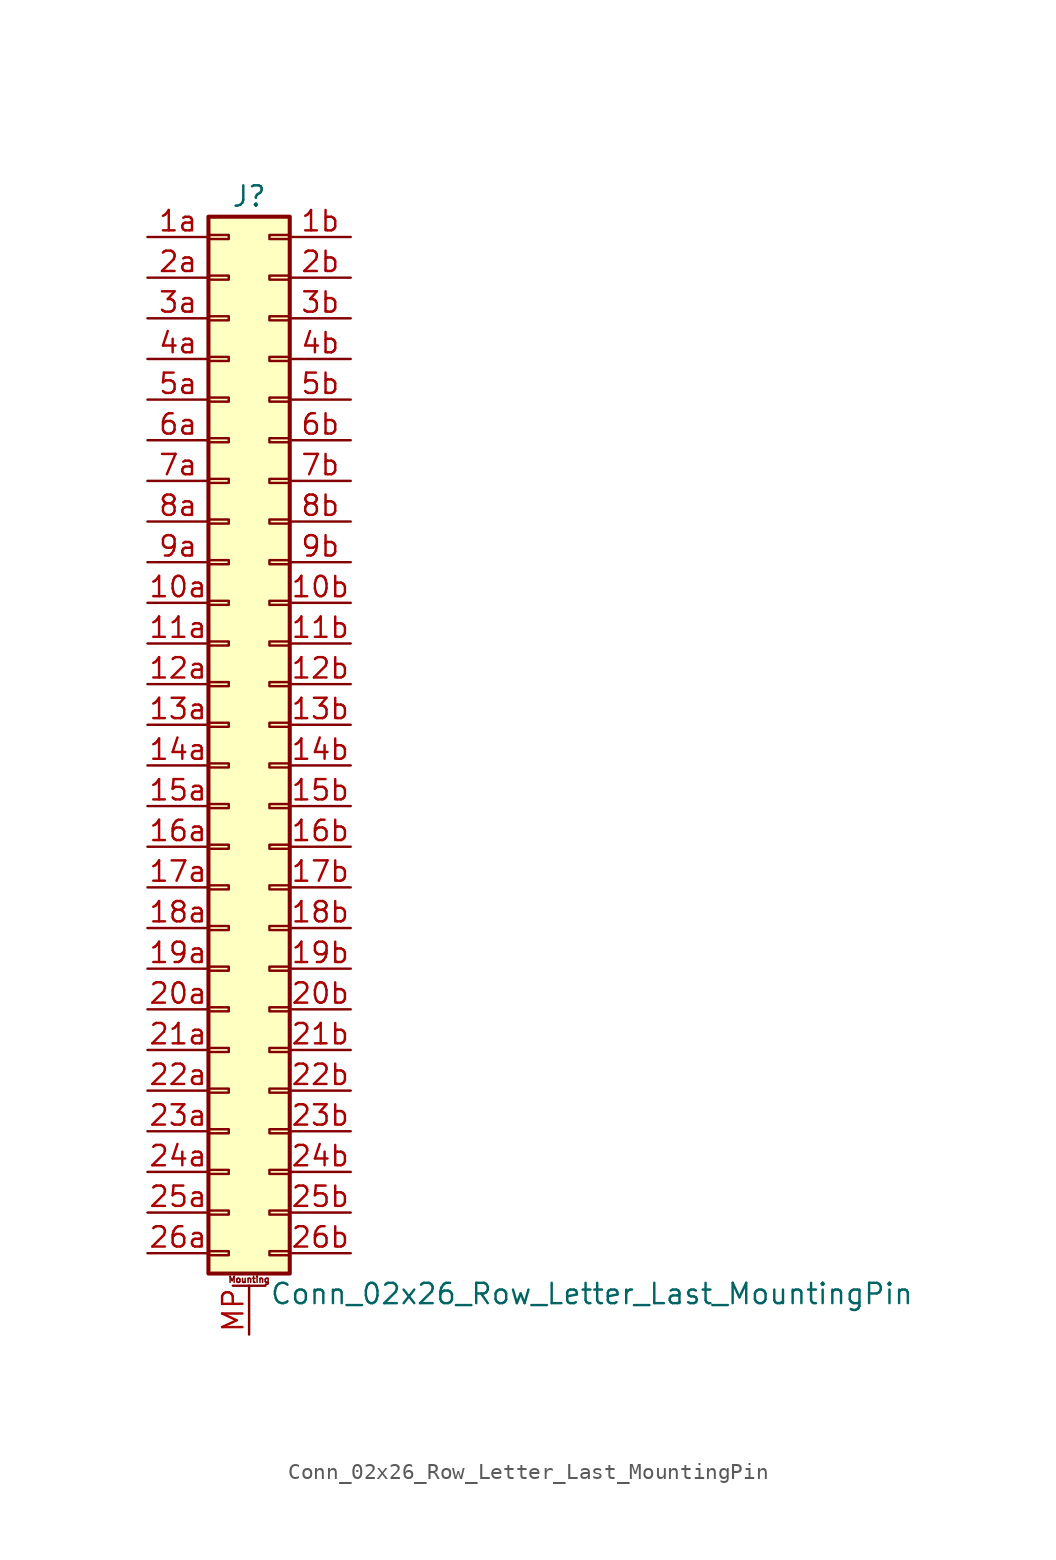
<source format=kicad_sym>
(kicad_symbol_lib
  (version 20201005)
  (generator kicad_symbol_editor)
  (symbol "Connector_Generic_MountingPin:Conn_02x26_Row_Letter_Last_MountingPin"
    (pin_names
      (offset 1.016) hide)
    (property "Reference" "J"
      (at 1.27 33.02 0)
      (effects (font (size 1.27 1.27))))
    (property "Value" "Conn_02x26_Row_Letter_Last_MountingPin"
      (at 2.54 -35.56 0)
      (effects (font (size 1.27 1.27)) (justify left)))
    (symbol "Conn_02x26_Row_Letter_Last_MountingPin_1_1"
      (text "Mounting" (at 1.27 -34.671 0) (effects (font (size 0.381 0.381))))
      (rectangle (start -1.27 -27.813) (end 0 -28.067) (stroke (width 0.152)) (fill (type none)))
      (rectangle (start -1.27 -30.353) (end 0 -30.607) (stroke (width 0.152)) (fill (type none)))
      (rectangle (start -1.27 -32.893) (end 0 -33.147) (stroke (width 0.152)) (fill (type none)))
      (rectangle (start -1.27 -4.953) (end 0 -5.207) (stroke (width 0.152)) (fill (type none)))
      (rectangle (start -1.27 -7.493) (end 0 -7.747) (stroke (width 0.152)) (fill (type none)))
      (rectangle (start -1.27 -10.033) (end 0 -10.287) (stroke (width 0.152)) (fill (type none)))
      (rectangle (start -1.27 -12.573) (end 0 -12.827) (stroke (width 0.152)) (fill (type none)))
      (rectangle (start -1.27 -15.113) (end 0 -15.367) (stroke (width 0.152)) (fill (type none)))
      (rectangle (start -1.27 -17.653) (end 0 -17.907) (stroke (width 0.152)) (fill (type none)))
      (rectangle (start -1.27 -20.193) (end 0 -20.447) (stroke (width 0.152)) (fill (type none)))
      (rectangle (start -1.27 -22.733) (end 0 -22.987) (stroke (width 0.152)) (fill (type none)))
      (rectangle (start -1.27 -2.413) (end 0 -2.667) (stroke (width 0.152)) (fill (type none)))
      (rectangle (start -1.27 -25.273) (end 0 -25.527) (stroke (width 0.152)) (fill (type none)))
      (rectangle (start -1.27 25.527) (end 0 25.273) (stroke (width 0.152)) (fill (type none)))
      (rectangle (start -1.27 2.667) (end 0 2.413) (stroke (width 0.152)) (fill (type none)))
      (rectangle (start -1.27 28.067) (end 0 27.813) (stroke (width 0.152)) (fill (type none)))
      (rectangle (start -1.27 30.607) (end 0 30.353) (stroke (width 0.152)) (fill (type none)))
      (rectangle (start -1.27 31.75) (end 3.81 -34.29) (stroke (width 0.254)) (fill (type background)))
      (rectangle (start -1.27 5.207) (end 0 4.953) (stroke (width 0.152)) (fill (type none)))
      (rectangle (start -1.27 7.747) (end 0 7.493) (stroke (width 0.152)) (fill (type none)))
      (rectangle (start -1.27 10.287) (end 0 10.033) (stroke (width 0.152)) (fill (type none)))
      (rectangle (start -1.27 0.127) (end 0 -0.127) (stroke (width 0.152)) (fill (type none)))
      (rectangle (start -1.27 12.827) (end 0 12.573) (stroke (width 0.152)) (fill (type none)))
      (rectangle (start -1.27 15.367) (end 0 15.113) (stroke (width 0.152)) (fill (type none)))
      (rectangle (start -1.27 17.907) (end 0 17.653) (stroke (width 0.152)) (fill (type none)))
      (rectangle (start -1.27 20.447) (end 0 20.193) (stroke (width 0.152)) (fill (type none)))
      (rectangle (start -1.27 22.987) (end 0 22.733) (stroke (width 0.152)) (fill (type none)))
      (rectangle (start 3.81 -27.813) (end 2.54 -28.067) (stroke (width 0.152)) (fill (type none)))
      (rectangle (start 3.81 -30.353) (end 2.54 -30.607) (stroke (width 0.152)) (fill (type none)))
      (rectangle (start 3.81 -32.893) (end 2.54 -33.147) (stroke (width 0.152)) (fill (type none)))
      (rectangle (start 3.81 -4.953) (end 2.54 -5.207) (stroke (width 0.152)) (fill (type none)))
      (rectangle (start 3.81 -7.493) (end 2.54 -7.747) (stroke (width 0.152)) (fill (type none)))
      (rectangle (start 3.81 -10.033) (end 2.54 -10.287) (stroke (width 0.152)) (fill (type none)))
      (rectangle (start 3.81 -12.573) (end 2.54 -12.827) (stroke (width 0.152)) (fill (type none)))
      (rectangle (start 3.81 -15.113) (end 2.54 -15.367) (stroke (width 0.152)) (fill (type none)))
      (rectangle (start 3.81 -17.653) (end 2.54 -17.907) (stroke (width 0.152)) (fill (type none)))
      (rectangle (start 3.81 -20.193) (end 2.54 -20.447) (stroke (width 0.152)) (fill (type none)))
      (rectangle (start 3.81 -22.733) (end 2.54 -22.987) (stroke (width 0.152)) (fill (type none)))
      (rectangle (start 3.81 -2.413) (end 2.54 -2.667) (stroke (width 0.152)) (fill (type none)))
      (rectangle (start 3.81 -25.273) (end 2.54 -25.527) (stroke (width 0.152)) (fill (type none)))
      (rectangle (start 3.81 25.527) (end 2.54 25.273) (stroke (width 0.152)) (fill (type none)))
      (rectangle (start 3.81 2.667) (end 2.54 2.413) (stroke (width 0.152)) (fill (type none)))
      (rectangle (start 3.81 28.067) (end 2.54 27.813) (stroke (width 0.152)) (fill (type none)))
      (rectangle (start 3.81 30.607) (end 2.54 30.353) (stroke (width 0.152)) (fill (type none)))
      (rectangle (start 3.81 5.207) (end 2.54 4.953) (stroke (width 0.152)) (fill (type none)))
      (rectangle (start 3.81 7.747) (end 2.54 7.493) (stroke (width 0.152)) (fill (type none)))
      (rectangle (start 3.81 10.287) (end 2.54 10.033) (stroke (width 0.152)) (fill (type none)))
      (rectangle (start 3.81 0.127) (end 2.54 -0.127) (stroke (width 0.152)) (fill (type none)))
      (rectangle (start 3.81 12.827) (end 2.54 12.573) (stroke (width 0.152)) (fill (type none)))
      (rectangle (start 3.81 15.367) (end 2.54 15.113) (stroke (width 0.152)) (fill (type none)))
      (rectangle (start 3.81 17.907) (end 2.54 17.653) (stroke (width 0.152)) (fill (type none)))
      (rectangle (start 3.81 20.447) (end 2.54 20.193) (stroke (width 0.152)) (fill (type none)))
      (rectangle (start 3.81 22.987) (end 2.54 22.733) (stroke (width 0.152)) (fill (type none)))
      (polyline (pts (xy 0.254 -35.052) (xy 2.286 -35.052)) (stroke (width 0.152)) (fill (type none)))
      (pin passive line (at 1.27 -38.1 90) (length 3.048) (name "MountPin" (effects (font (size 1.27 1.27)))) (number "MP" (effects (font (size 1.27 1.27)))))
      (pin passive line (at -5.08 7.62 0) (length 3.81) (name "Pin_10a" (effects (font (size 1.27 1.27)))) (number "10a" (effects (font (size 1.27 1.27)))))
      (pin passive line (at 7.62 7.62 180) (length 3.81) (name "Pin_10b" (effects (font (size 1.27 1.27)))) (number "10b" (effects (font (size 1.27 1.27)))))
      (pin passive line (at -5.08 5.08 0) (length 3.81) (name "Pin_11a" (effects (font (size 1.27 1.27)))) (number "11a" (effects (font (size 1.27 1.27)))))
      (pin passive line (at 7.62 5.08 180) (length 3.81) (name "Pin_11b" (effects (font (size 1.27 1.27)))) (number "11b" (effects (font (size 1.27 1.27)))))
      (pin passive line (at -5.08 2.54 0) (length 3.81) (name "Pin_12a" (effects (font (size 1.27 1.27)))) (number "12a" (effects (font (size 1.27 1.27)))))
      (pin passive line (at 7.62 2.54 180) (length 3.81) (name "Pin_12b" (effects (font (size 1.27 1.27)))) (number "12b" (effects (font (size 1.27 1.27)))))
      (pin passive line (at -5.08 0 0) (length 3.81) (name "Pin_13a" (effects (font (size 1.27 1.27)))) (number "13a" (effects (font (size 1.27 1.27)))))
      (pin passive line (at 7.62 0 180) (length 3.81) (name "Pin_13b" (effects (font (size 1.27 1.27)))) (number "13b" (effects (font (size 1.27 1.27)))))
      (pin passive line (at -5.08 -2.54 0) (length 3.81) (name "Pin_14a" (effects (font (size 1.27 1.27)))) (number "14a" (effects (font (size 1.27 1.27)))))
      (pin passive line (at 7.62 -2.54 180) (length 3.81) (name "Pin_14b" (effects (font (size 1.27 1.27)))) (number "14b" (effects (font (size 1.27 1.27)))))
      (pin passive line (at -5.08 -5.08 0) (length 3.81) (name "Pin_15a" (effects (font (size 1.27 1.27)))) (number "15a" (effects (font (size 1.27 1.27)))))
      (pin passive line (at 7.62 -5.08 180) (length 3.81) (name "Pin_15b" (effects (font (size 1.27 1.27)))) (number "15b" (effects (font (size 1.27 1.27)))))
      (pin passive line (at -5.08 -7.62 0) (length 3.81) (name "Pin_16a" (effects (font (size 1.27 1.27)))) (number "16a" (effects (font (size 1.27 1.27)))))
      (pin passive line (at 7.62 -7.62 180) (length 3.81) (name "Pin_16b" (effects (font (size 1.27 1.27)))) (number "16b" (effects (font (size 1.27 1.27)))))
      (pin passive line (at -5.08 -10.16 0) (length 3.81) (name "Pin_17a" (effects (font (size 1.27 1.27)))) (number "17a" (effects (font (size 1.27 1.27)))))
      (pin passive line (at 7.62 -10.16 180) (length 3.81) (name "Pin_17b" (effects (font (size 1.27 1.27)))) (number "17b" (effects (font (size 1.27 1.27)))))
      (pin passive line (at -5.08 -12.7 0) (length 3.81) (name "Pin_18a" (effects (font (size 1.27 1.27)))) (number "18a" (effects (font (size 1.27 1.27)))))
      (pin passive line (at 7.62 -12.7 180) (length 3.81) (name "Pin_18b" (effects (font (size 1.27 1.27)))) (number "18b" (effects (font (size 1.27 1.27)))))
      (pin passive line (at -5.08 -15.24 0) (length 3.81) (name "Pin_19a" (effects (font (size 1.27 1.27)))) (number "19a" (effects (font (size 1.27 1.27)))))
      (pin passive line (at 7.62 -15.24 180) (length 3.81) (name "Pin_19b" (effects (font (size 1.27 1.27)))) (number "19b" (effects (font (size 1.27 1.27)))))
      (pin passive line (at -5.08 30.48 0) (length 3.81) (name "Pin_1a" (effects (font (size 1.27 1.27)))) (number "1a" (effects (font (size 1.27 1.27)))))
      (pin passive line (at 7.62 30.48 180) (length 3.81) (name "Pin_1b" (effects (font (size 1.27 1.27)))) (number "1b" (effects (font (size 1.27 1.27)))))
      (pin passive line (at -5.08 -17.78 0) (length 3.81) (name "Pin_20a" (effects (font (size 1.27 1.27)))) (number "20a" (effects (font (size 1.27 1.27)))))
      (pin passive line (at 7.62 -17.78 180) (length 3.81) (name "Pin_20b" (effects (font (size 1.27 1.27)))) (number "20b" (effects (font (size 1.27 1.27)))))
      (pin passive line (at -5.08 -20.32 0) (length 3.81) (name "Pin_21a" (effects (font (size 1.27 1.27)))) (number "21a" (effects (font (size 1.27 1.27)))))
      (pin passive line (at 7.62 -20.32 180) (length 3.81) (name "Pin_21b" (effects (font (size 1.27 1.27)))) (number "21b" (effects (font (size 1.27 1.27)))))
      (pin passive line (at -5.08 -22.86 0) (length 3.81) (name "Pin_22a" (effects (font (size 1.27 1.27)))) (number "22a" (effects (font (size 1.27 1.27)))))
      (pin passive line (at 7.62 -22.86 180) (length 3.81) (name "Pin_22b" (effects (font (size 1.27 1.27)))) (number "22b" (effects (font (size 1.27 1.27)))))
      (pin passive line (at -5.08 -25.4 0) (length 3.81) (name "Pin_23a" (effects (font (size 1.27 1.27)))) (number "23a" (effects (font (size 1.27 1.27)))))
      (pin passive line (at 7.62 -25.4 180) (length 3.81) (name "Pin_23b" (effects (font (size 1.27 1.27)))) (number "23b" (effects (font (size 1.27 1.27)))))
      (pin passive line (at -5.08 -27.94 0) (length 3.81) (name "Pin_24a" (effects (font (size 1.27 1.27)))) (number "24a" (effects (font (size 1.27 1.27)))))
      (pin passive line (at 7.62 -27.94 180) (length 3.81) (name "Pin_24b" (effects (font (size 1.27 1.27)))) (number "24b" (effects (font (size 1.27 1.27)))))
      (pin passive line (at -5.08 -30.48 0) (length 3.81) (name "Pin_25a" (effects (font (size 1.27 1.27)))) (number "25a" (effects (font (size 1.27 1.27)))))
      (pin passive line (at 7.62 -30.48 180) (length 3.81) (name "Pin_25b" (effects (font (size 1.27 1.27)))) (number "25b" (effects (font (size 1.27 1.27)))))
      (pin passive line (at -5.08 -33.02 0) (length 3.81) (name "Pin_26a" (effects (font (size 1.27 1.27)))) (number "26a" (effects (font (size 1.27 1.27)))))
      (pin passive line (at 7.62 -33.02 180) (length 3.81) (name "Pin_26b" (effects (font (size 1.27 1.27)))) (number "26b" (effects (font (size 1.27 1.27)))))
      (pin passive line (at -5.08 27.94 0) (length 3.81) (name "Pin_2a" (effects (font (size 1.27 1.27)))) (number "2a" (effects (font (size 1.27 1.27)))))
      (pin passive line (at 7.62 27.94 180) (length 3.81) (name "Pin_2b" (effects (font (size 1.27 1.27)))) (number "2b" (effects (font (size 1.27 1.27)))))
      (pin passive line (at -5.08 25.4 0) (length 3.81) (name "Pin_3a" (effects (font (size 1.27 1.27)))) (number "3a" (effects (font (size 1.27 1.27)))))
      (pin passive line (at 7.62 25.4 180) (length 3.81) (name "Pin_3b" (effects (font (size 1.27 1.27)))) (number "3b" (effects (font (size 1.27 1.27)))))
      (pin passive line (at -5.08 22.86 0) (length 3.81) (name "Pin_4a" (effects (font (size 1.27 1.27)))) (number "4a" (effects (font (size 1.27 1.27)))))
      (pin passive line (at 7.62 22.86 180) (length 3.81) (name "Pin_4b" (effects (font (size 1.27 1.27)))) (number "4b" (effects (font (size 1.27 1.27)))))
      (pin passive line (at -5.08 20.32 0) (length 3.81) (name "Pin_5a" (effects (font (size 1.27 1.27)))) (number "5a" (effects (font (size 1.27 1.27)))))
      (pin passive line (at 7.62 20.32 180) (length 3.81) (name "Pin_5b" (effects (font (size 1.27 1.27)))) (number "5b" (effects (font (size 1.27 1.27)))))
      (pin passive line (at -5.08 17.78 0) (length 3.81) (name "Pin_6a" (effects (font (size 1.27 1.27)))) (number "6a" (effects (font (size 1.27 1.27)))))
      (pin passive line (at 7.62 17.78 180) (length 3.81) (name "Pin_6b" (effects (font (size 1.27 1.27)))) (number "6b" (effects (font (size 1.27 1.27)))))
      (pin passive line (at -5.08 15.24 0) (length 3.81) (name "Pin_7a" (effects (font (size 1.27 1.27)))) (number "7a" (effects (font (size 1.27 1.27)))))
      (pin passive line (at 7.62 15.24 180) (length 3.81) (name "Pin_7b" (effects (font (size 1.27 1.27)))) (number "7b" (effects (font (size 1.27 1.27)))))
      (pin passive line (at -5.08 12.7 0) (length 3.81) (name "Pin_8a" (effects (font (size 1.27 1.27)))) (number "8a" (effects (font (size 1.27 1.27)))))
      (pin passive line (at 7.62 12.7 180) (length 3.81) (name "Pin_8b" (effects (font (size 1.27 1.27)))) (number "8b" (effects (font (size 1.27 1.27)))))
      (pin passive line (at -5.08 10.16 0) (length 3.81) (name "Pin_9a" (effects (font (size 1.27 1.27)))) (number "9a" (effects (font (size 1.27 1.27)))))
      (pin passive line (at 7.62 10.16 180) (length 3.81) (name "Pin_9b" (effects (font (size 1.27 1.27)))) (number "9b" (effects (font (size 1.27 1.27))))))))
</source>
